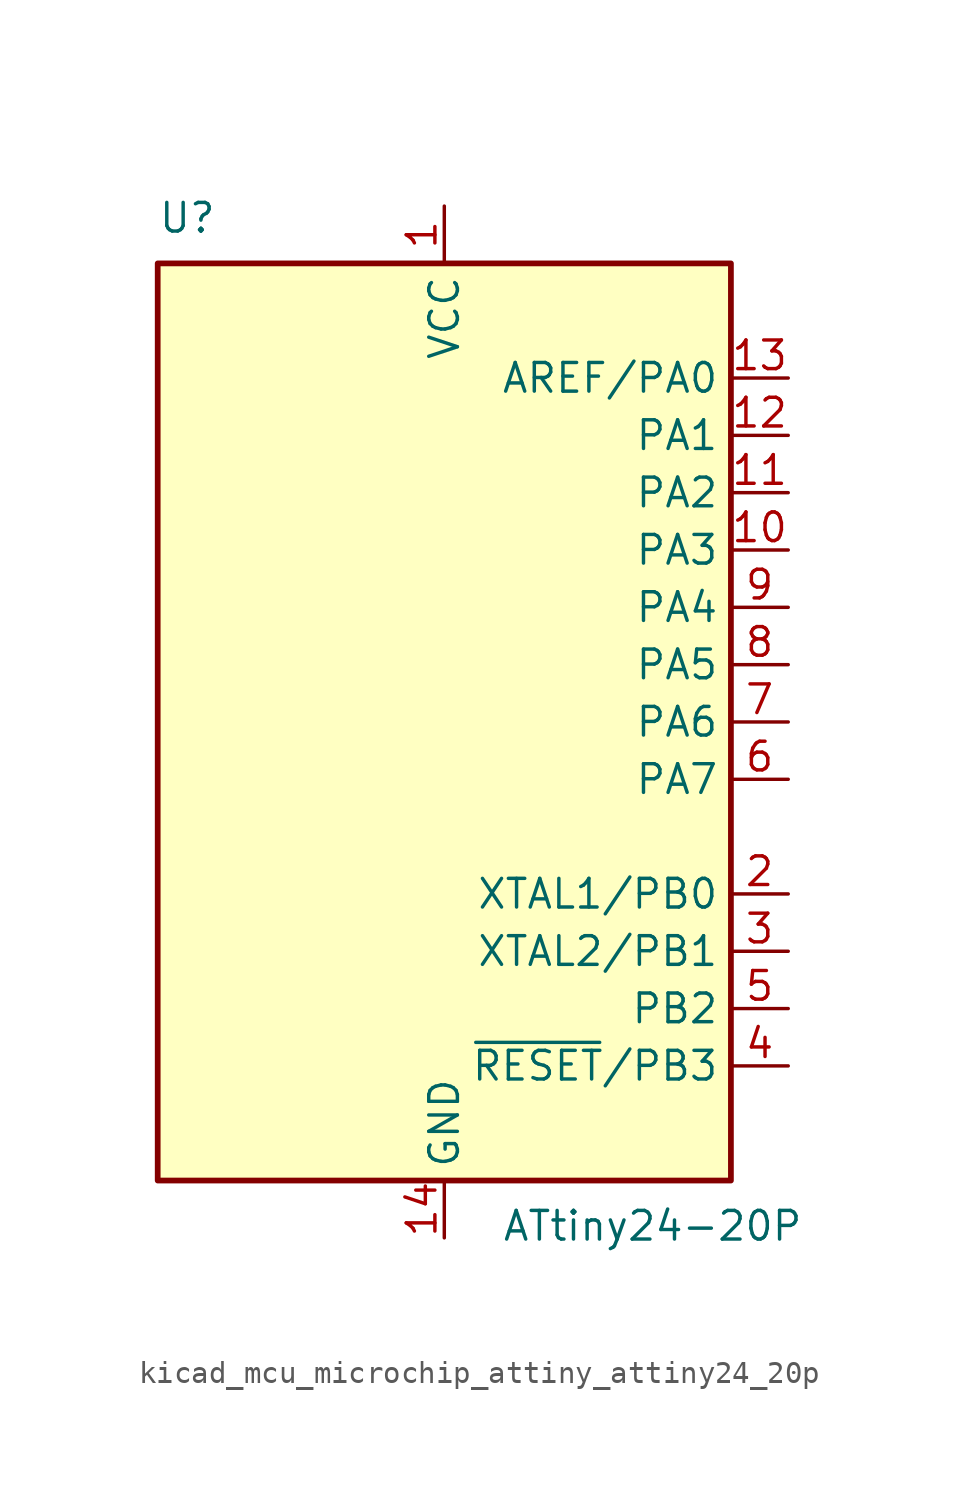
<source format=kicad_sym>
(kicad_symbol_lib
  (version 20220914)
  (generator kicad_symbol_editor)
  (symbol "kicad_mcu_microchip_attiny_attiny24_20p"
    (property "Reference" "U"
      (at -12.7 21.59 0)
      (effects (font (size 1.27 1.27)) (justify left bottom)))
    (property "Value" "ATtiny24-20P"
      (at 2.54 -21.59 0)
      (effects (font (size 1.27 1.27)) (justify left top)))
    (symbol "kicad_mcu_microchip_attiny_attiny24_20p_0_1"
      (rectangle (start -12.7 -20.32) (end 12.7 20.32) (stroke (width 0.254) (type default)) (fill (type background))))
    (symbol "kicad_mcu_microchip_attiny_attiny24_20p_1_1"
      (pin power_in line (at 0 22.86 270) (length 2.54) (name "VCC" (effects (font (size 1.27 1.27)))) (number "1" (effects (font (size 1.27 1.27)))))
      (pin bidirectional line (at 15.24 7.62 180) (length 2.54) (name "PA3" (effects (font (size 1.27 1.27)))) (number "10" (effects (font (size 1.27 1.27)))))
      (pin bidirectional line (at 15.24 10.16 180) (length 2.54) (name "PA2" (effects (font (size 1.27 1.27)))) (number "11" (effects (font (size 1.27 1.27)))))
      (pin bidirectional line (at 15.24 12.7 180) (length 2.54) (name "PA1" (effects (font (size 1.27 1.27)))) (number "12" (effects (font (size 1.27 1.27)))))
      (pin bidirectional line (at 15.24 15.24 180) (length 2.54) (name "AREF/PA0" (effects (font (size 1.27 1.27)))) (number "13" (effects (font (size 1.27 1.27)))))
      (pin power_in line (at 0 -22.86 90) (length 2.54) (name "GND" (effects (font (size 1.27 1.27)))) (number "14" (effects (font (size 1.27 1.27)))))
      (pin bidirectional line (at 15.24 -7.62 180) (length 2.54) (name "XTAL1/PB0" (effects (font (size 1.27 1.27)))) (number "2" (effects (font (size 1.27 1.27)))))
      (pin bidirectional line (at 15.24 -10.16 180) (length 2.54) (name "XTAL2/PB1" (effects (font (size 1.27 1.27)))) (number "3" (effects (font (size 1.27 1.27)))))
      (pin bidirectional line (at 15.24 -15.24 180) (length 2.54) (name "~{RESET}/PB3" (effects (font (size 1.27 1.27)))) (number "4" (effects (font (size 1.27 1.27)))))
      (pin bidirectional line (at 15.24 -12.7 180) (length 2.54) (name "PB2" (effects (font (size 1.27 1.27)))) (number "5" (effects (font (size 1.27 1.27)))))
      (pin bidirectional line (at 15.24 -2.54 180) (length 2.54) (name "PA7" (effects (font (size 1.27 1.27)))) (number "6" (effects (font (size 1.27 1.27)))))
      (pin bidirectional line (at 15.24 0 180) (length 2.54) (name "PA6" (effects (font (size 1.27 1.27)))) (number "7" (effects (font (size 1.27 1.27)))))
      (pin bidirectional line (at 15.24 2.54 180) (length 2.54) (name "PA5" (effects (font (size 1.27 1.27)))) (number "8" (effects (font (size 1.27 1.27)))))
      (pin bidirectional line (at 15.24 5.08 180) (length 2.54) (name "PA4" (effects (font (size 1.27 1.27)))) (number "9" (effects (font (size 1.27 1.27))))))))
</source>
